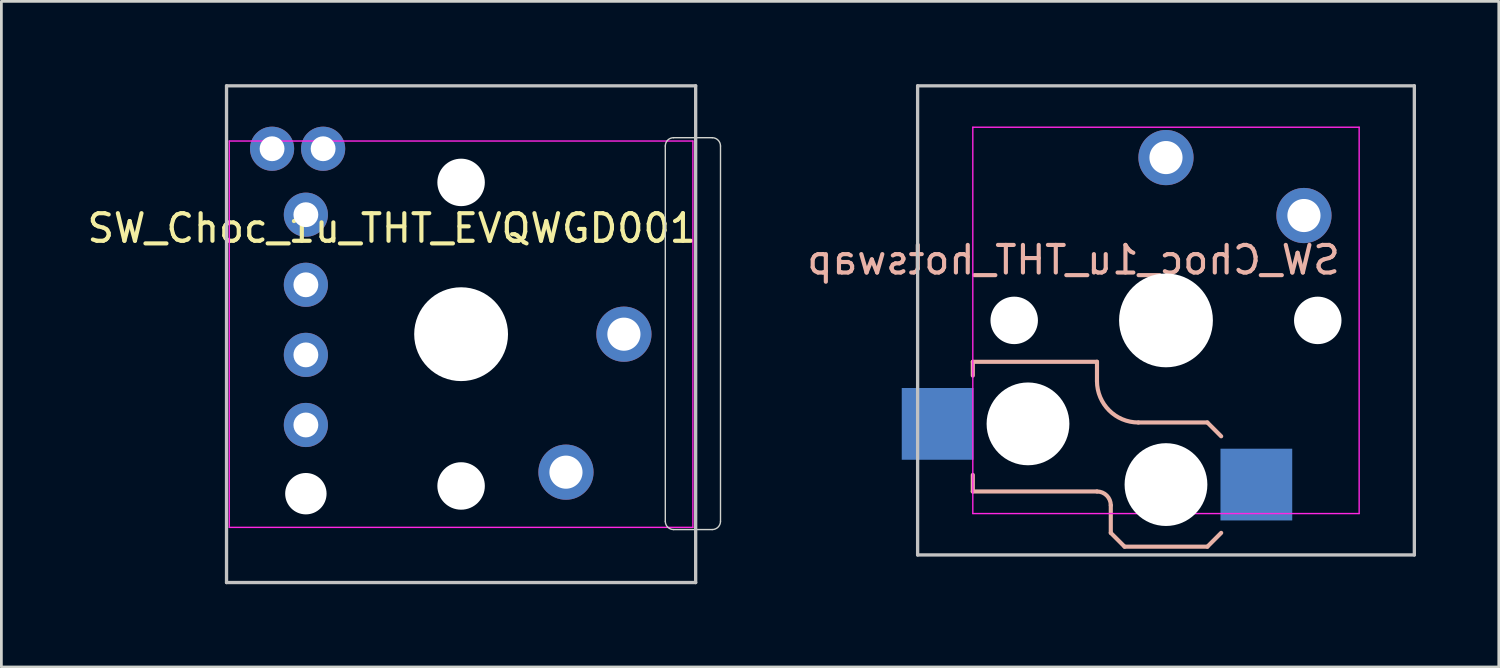
<source format=kicad_pcb>
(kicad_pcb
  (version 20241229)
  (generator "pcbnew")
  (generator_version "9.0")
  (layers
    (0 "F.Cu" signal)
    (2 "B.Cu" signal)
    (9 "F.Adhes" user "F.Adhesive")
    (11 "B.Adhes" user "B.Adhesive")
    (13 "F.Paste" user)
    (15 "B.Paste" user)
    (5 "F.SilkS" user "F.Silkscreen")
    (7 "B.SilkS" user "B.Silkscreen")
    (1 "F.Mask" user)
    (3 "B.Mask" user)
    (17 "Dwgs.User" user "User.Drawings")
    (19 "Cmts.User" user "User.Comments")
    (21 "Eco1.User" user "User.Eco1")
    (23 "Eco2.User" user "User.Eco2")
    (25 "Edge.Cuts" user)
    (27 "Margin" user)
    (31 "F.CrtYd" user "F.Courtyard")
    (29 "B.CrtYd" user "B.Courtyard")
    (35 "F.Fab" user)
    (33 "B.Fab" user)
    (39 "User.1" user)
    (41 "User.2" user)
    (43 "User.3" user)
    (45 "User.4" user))
  (footprint "SW_Choc_1u_THT_EVQWGD001"
    (layer "F.Cu")
    (at 13.659 9.06)
    (property "Reference" "SW_Choc_1u_THT_EVQWGD001" (at -2.51 -3.84 180) (layer "F.SilkS") (effects (font (size 1 1) (thickness 0.15))))
    (attr through_hole exclude_from_pos_files exclude_from_bom)
    (fp_line (start -8.5 -9) (end 8.5 -9) (stroke (width 0.12) (type solid)) (layer "Dwgs.User"))
    (fp_line (start -8.5 9) (end -8.5 -9) (stroke (width 0.12) (type solid)) (layer "Dwgs.User"))
    (fp_line (start 8.5 -9) (end 8.5 9) (stroke (width 0.12) (type solid)) (layer "Dwgs.User"))
    (fp_line (start 8.5 9) (end -8.5 9) (stroke (width 0.12) (type solid)) (layer "Dwgs.User"))
    (fp_line (start -7.5 -7.5) (end 7.5 -7.5) (stroke (width 0.15) (type solid)) (layer "Eco2.User"))
    (fp_line (start -7.5 7.5) (end -7.5 -7.5) (stroke (width 0.15) (type solid)) (layer "Eco2.User"))
    (fp_line (start -6.95 6.45) (end -6.95 -6.45) (stroke (width 0.05) (type solid)) (layer "Eco2.User"))
    (fp_line (start -6.45 -6.95) (end 6.45 -6.95) (stroke (width 0.05) (type solid)) (layer "Eco2.User"))
    (fp_line (start 6.45 6.95) (end -6.45 6.95) (stroke (width 0.05) (type solid)) (layer "Eco2.User"))
    (fp_line (start 6.95 -6.45) (end 6.95 6.45) (stroke (width 0.05) (type solid)) (layer "Eco2.User"))
    (fp_line (start 7.5 -7.5) (end 7.5 7.5) (stroke (width 0.15) (type solid)) (layer "Eco2.User"))
    (fp_line (start 7.5 7.5) (end -7.5 7.5) (stroke (width 0.15) (type solid)) (layer "Eco2.User"))
    (fp_arc (start -6.95 -6.45) (mid -6.803553 -6.803553) (end -6.45 -6.95) (stroke (width 0.05) (type solid)) (layer "Eco2.User"))
    (fp_arc (start -6.45 6.95) (mid -6.803553 6.803553) (end -6.95 6.45) (stroke (width 0.05) (type solid)) (layer "Eco2.User"))
    (fp_arc (start 6.45 -6.95) (mid 6.803553 -6.803553) (end 6.95 -6.45) (stroke (width 0.05) (type solid)) (layer "Eco2.User"))
    (fp_arc (start 6.95 6.45) (mid 6.803553 6.803553) (end 6.45 6.95) (stroke (width 0.05) (type solid)) (layer "Eco2.User"))
    (fp_line (start 7.4 -6.82) (end 7.4 6.78) (stroke (width 0.05) (type solid)) (layer "Edge.Cuts"))
    (fp_line (start 7.7 7.08) (end 9.1 7.08) (stroke (width 0.05) (type solid)) (layer "Edge.Cuts"))
    (fp_line (start 9.1 -7.12) (end 7.7 -7.12) (stroke (width 0.05) (type solid)) (layer "Edge.Cuts"))
    (fp_line (start 9.4 6.78) (end 9.4 -6.82) (stroke (width 0.05) (type solid)) (layer "Edge.Cuts"))
    (fp_arc (start 7.4 -6.82) (mid 7.487868 -7.032132) (end 7.7 -7.12) (stroke (width 0.05) (type solid)) (layer "Edge.Cuts"))
    (fp_arc (start 7.7 7.08) (mid 7.487868 6.992132) (end 7.4 6.78) (stroke (width 0.05) (type solid)) (layer "Edge.Cuts"))
    (fp_arc (start 9.1 -7.12) (mid 9.312132 -7.032132) (end 9.4 -6.82) (stroke (width 0.05) (type solid)) (layer "Edge.Cuts"))
    (fp_arc (start 9.4 6.78) (mid 9.312132 6.992132) (end 9.1 7.08) (stroke (width 0.05) (type solid)) (layer "Edge.Cuts"))
    (fp_line (start -8.4 -7) (end 8.4 -7) (stroke (width 0.05) (type solid)) (layer "F.CrtYd"))
    (fp_line (start -8.4 7) (end -8.4 -7) (stroke (width 0.05) (type solid)) (layer "F.CrtYd"))
    (fp_line (start 8.4 -7) (end 8.4 7) (stroke (width 0.05) (type solid)) (layer "F.CrtYd"))
    (fp_line (start 8.4 7) (end -8.4 7) (stroke (width 0.05) (type solid)) (layer "F.CrtYd"))
    (pad "" np_thru_hole circle (at -5.625 5.78) (size 1.5 1.5) (drill 1.5) (layers "*.Cu" "*.Mask"))
    (pad "" np_thru_hole circle (at 0 -5.5 90) (size 1.72 1.72) (drill 1.72) (layers "*.Cu" "*.Mask"))
    (pad "" np_thru_hole circle (at 0 0 270) (size 3.4 3.4) (drill 3.4) (layers "*.Cu" "*.Mask"))
    (pad "" np_thru_hole circle (at 0 5.5 90) (size 1.72 1.72) (drill 1.72) (layers "*.Cu" "*.Mask"))
    (pad "A" thru_hole circle (at -5.625 -4.33) (size 1.6 1.6) (drill 0.9) (layers "*.Cu" "*.Mask"))
    (pad "B" thru_hole circle (at -5.625 -1.79) (size 1.6 1.6) (drill 0.9) (layers "*.Cu" "*.Mask"))
    (pad "C" thru_hole circle (at -5.625 0.75) (size 1.6 1.6) (drill 0.9) (layers "*.Cu" "*.Mask"))
    (pad "D" thru_hole circle (at -5.625 3.29) (size 1.6 1.6) (drill 0.9) (layers "*.Cu" "*.Mask"))
    (pad "S1" thru_hole circle (at -6.85 -6.72) (size 1.6 1.6) (drill 0.9) (layers "*.Cu" "*.Mask"))
    (pad "S1" thru_hole circle (at 5.9 0 270) (size 2 2) (drill 1.2) (layers "*.Cu" "B.Mask"))
    (pad "S2" thru_hole circle (at -5 -6.72) (size 1.6 1.6) (drill 0.9) (layers "*.Cu" "*.Mask"))
    (pad "S2" thru_hole circle (at 3.8 5 270) (size 2 2) (drill 1.2) (layers "*.Cu" "B.Mask")))
  (footprint "SW_Choc_1u_THT_hotswap"
    (layer "F.Cu")
    (at 39.202 8.56)
    (property "Reference" "SW_Choc_1u_THT_hotswap" (at -3.35 -2.19 0) (layer "B.SilkS") (effects (font (size 1 1) (thickness 0.15)) (justify mirror)))
    (attr smd exclude_from_pos_files exclude_from_bom)
    (fp_line (start -7 1.5) (end -7 2) (stroke (width 0.15) (type solid)) (layer "B.SilkS"))
    (fp_line (start -7 5.6) (end -7 6.2) (stroke (width 0.15) (type solid)) (layer "B.SilkS"))
    (fp_line (start -7 6.2) (end -2.5 6.2) (stroke (width 0.15) (type solid)) (layer "B.SilkS"))
    (fp_line (start -2.5 1.5) (end -7 1.5) (stroke (width 0.15) (type solid)) (layer "B.SilkS"))
    (fp_line (start -2.5 2.2) (end -2.5 1.5) (stroke (width 0.15) (type solid)) (layer "B.SilkS"))
    (fp_line (start -2 6.7) (end -2 7.7) (stroke (width 0.15) (type solid)) (layer "B.SilkS"))
    (fp_line (start -1.5 8.2) (end -2 7.7) (stroke (width 0.15) (type solid)) (layer "B.SilkS"))
    (fp_line (start 1.5 3.7) (end -1 3.7) (stroke (width 0.15) (type solid)) (layer "B.SilkS"))
    (fp_line (start 1.5 8.2) (end -1.5 8.2) (stroke (width 0.15) (type solid)) (layer "B.SilkS"))
    (fp_line (start 2 4.2) (end 1.5 3.7) (stroke (width 0.15) (type solid)) (layer "B.SilkS"))
    (fp_line (start 2 7.7) (end 1.5 8.2) (stroke (width 0.15) (type solid)) (layer "B.SilkS"))
    (fp_arc (start -2.5 6.2) (mid -2.146447 6.346447) (end -2 6.7) (stroke (width 0.15) (type solid)) (layer "B.SilkS"))
    (fp_arc (start -1 3.7) (mid -2.06066 3.26066) (end -2.5 2.2) (stroke (width 0.15) (type solid)) (layer "B.SilkS"))
    (fp_line (start -9 -8.5) (end 9 -8.5) (stroke (width 0.12) (type solid)) (layer "Dwgs.User"))
    (fp_line (start -9 8.5) (end -9 -8.5) (stroke (width 0.12) (type solid)) (layer "Dwgs.User"))
    (fp_line (start 9 -8.5) (end 9 8.5) (stroke (width 0.12) (type solid)) (layer "Dwgs.User"))
    (fp_line (start 9 8.5) (end -9 8.5) (stroke (width 0.12) (type solid)) (layer "Dwgs.User"))
    (fp_line (start -7.5 -7.5) (end 7.5 -7.5) (stroke (width 0.15) (type solid)) (layer "Eco2.User"))
    (fp_line (start -7.5 7.5) (end -7.5 -7.5) (stroke (width 0.15) (type solid)) (layer "Eco2.User"))
    (fp_line (start -6.95 6.45) (end -6.95 -6.45) (stroke (width 0.05) (type solid)) (layer "Eco2.User"))
    (fp_line (start -6.45 -6.95) (end 6.45 -6.95) (stroke (width 0.05) (type solid)) (layer "Eco2.User"))
    (fp_line (start 6.45 6.95) (end -6.45 6.95) (stroke (width 0.05) (type solid)) (layer "Eco2.User"))
    (fp_line (start 6.95 -6.45) (end 6.95 6.45) (stroke (width 0.05) (type solid)) (layer "Eco2.User"))
    (fp_line (start 7.5 -7.5) (end 7.5 7.5) (stroke (width 0.15) (type solid)) (layer "Eco2.User"))
    (fp_line (start 7.5 7.5) (end -7.5 7.5) (stroke (width 0.15) (type solid)) (layer "Eco2.User"))
    (fp_arc (start -6.95 -6.45) (mid -6.803553 -6.803553) (end -6.45 -6.95) (stroke (width 0.05) (type solid)) (layer "Eco2.User"))
    (fp_arc (start -6.45 6.95) (mid -6.803553 6.803553) (end -6.95 6.45) (stroke (width 0.05) (type solid)) (layer "Eco2.User"))
    (fp_arc (start 6.45 -6.95) (mid 6.803553 -6.803553) (end 6.95 -6.45) (stroke (width 0.05) (type solid)) (layer "Eco2.User"))
    (fp_arc (start 6.95 6.45) (mid 6.803553 6.803553) (end 6.45 6.95) (stroke (width 0.05) (type solid)) (layer "Eco2.User"))
    (fp_line (start -7 -7) (end 7 -7) (stroke (width 0.05) (type solid)) (layer "F.CrtYd"))
    (fp_line (start -7 7) (end -7 -7) (stroke (width 0.05) (type solid)) (layer "F.CrtYd"))
    (fp_line (start 7 -7) (end 7 7) (stroke (width 0.05) (type solid)) (layer "F.CrtYd"))
    (fp_line (start 7 7) (end -7 7) (stroke (width 0.05) (type solid)) (layer "F.CrtYd"))
    (pad "" np_thru_hole circle (at -5.5 0) (size 1.72 1.72) (drill 1.72) (layers "*.Cu" "*.Mask"))
    (pad "" np_thru_hole circle (at -5 3.75) (size 3 3) (drill 3) (layers "*.Cu" "*.Mask"))
    (pad "" np_thru_hole circle (at 0 0 180) (size 3.4 3.4) (drill 3.4) (layers "*.Cu" "*.Mask"))
    (pad "" np_thru_hole circle (at 0 5.95) (size 3 3) (drill 3) (layers "*.Cu" "*.Mask"))
    (pad "" np_thru_hole circle (at 5.5 0) (size 1.72 1.72) (drill 1.72) (layers "*.Cu" "*.Mask"))
    (pad "1" thru_hole circle (at 0 -5.9) (size 2 2) (drill 1.2) (layers "*.Cu" "B.Mask"))
    (pad "1" smd rect (at 3.275 5.95) (size 2.6 2.6) (layers "B.Cu" "B.Mask" "B.Paste"))
    (pad "2" smd rect (at -8.275 3.75) (size 2.6 2.6) (layers "B.Cu" "B.Mask" "B.Paste"))
    (pad "2" thru_hole circle (at 5 -3.8) (size 2 2) (drill 1.2) (layers "*.Cu" "B.Mask")))
  (gr_rect
    (start -3 -3)
    (end 51.262 21.12)
    (stroke (width 0.1) (type default))
    (fill no)
    (layer "Edge.Cuts")))
</source>
